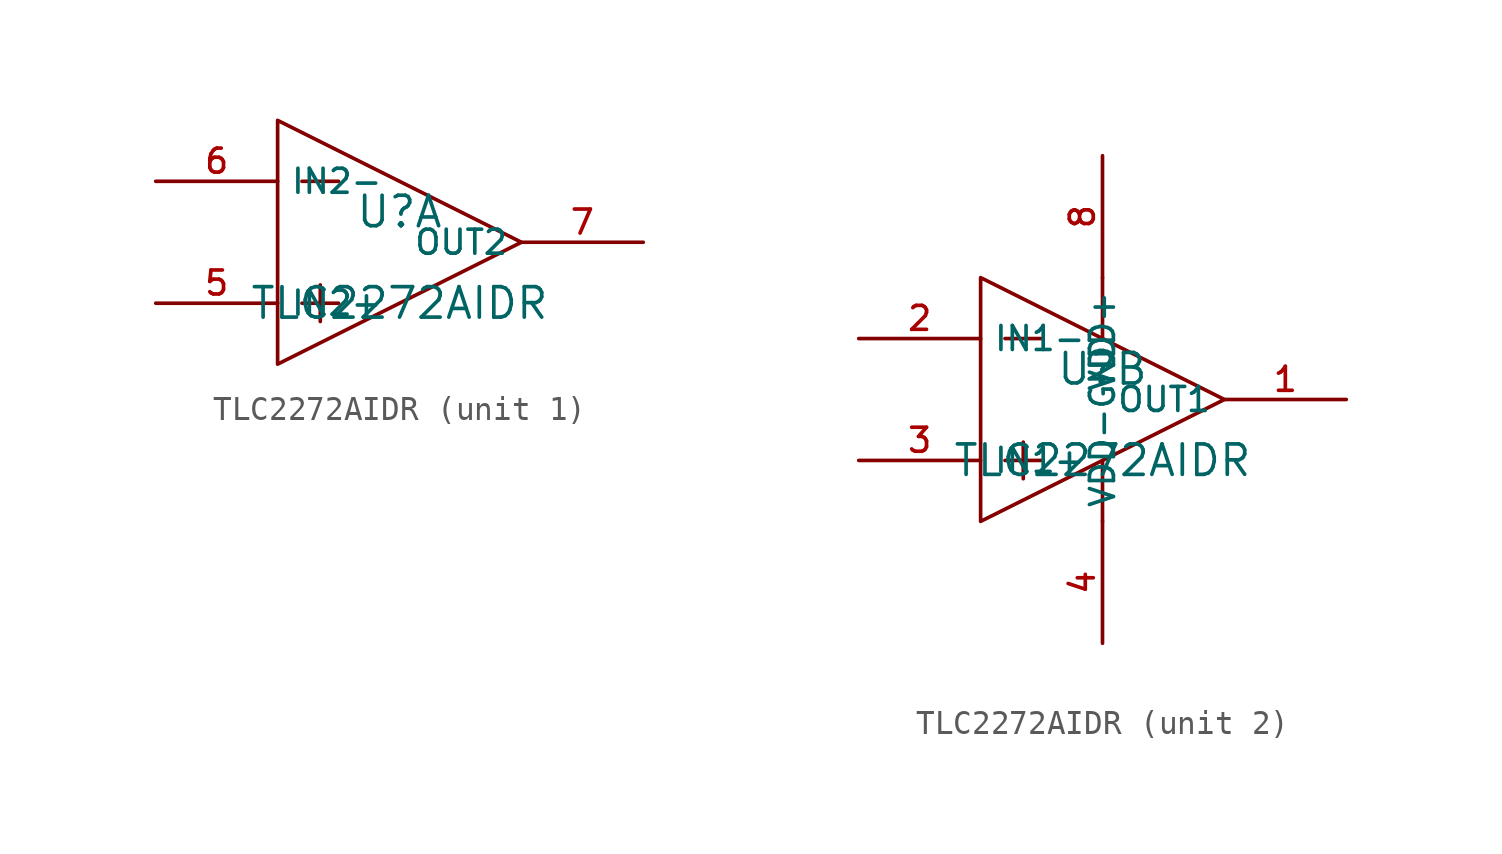
<source format=kicad_sym>
(kicad_symbol_lib
  (version 20210201)
  (generator TousstNicolas/JLC2KiCad_lib)
  (symbol "TLC2272AIDR"
    (property "Reference" "U"
      (at 0 1.27 0)
      (effects (font (size 1.27 1.27))))
    (property "Value" "TLC2272AIDR"
      (at 0 -2.54 0)
      (effects (font (size 1.27 1.27))))
    (symbol "TLC2272AIDR_1_1"
      (polyline (pts (xy -5.08 -5.08) (xy 5.08 -0.0) (xy -5.08 5.08) (xy -5.08 -5.08)) (stroke (width 0) (type default) (color 0 0 0 0)) (fill (type none)))
      (polyline (pts (xy -4.064 2.54) (xy -2.54 2.54)) (stroke (width 0) (type default) (color 0 0 0 0)) (fill (type none)))
      (polyline (pts (xy -4.064 -2.54) (xy -2.54 -2.54)) (stroke (width 0) (type default) (color 0 0 0 0)) (fill (type none)))
      (polyline (pts (xy -3.302 -1.778) (xy -3.302 -3.302)) (stroke (width 0) (type default) (color 0 0 0 0)) (fill (type none)))
      (pin output line (at 10.16 -0.0 180) (length 5.08) (name "OUT2" (effects (font (size 1 1)))) (number "7" (effects (font (size 1 1)))))
      (pin unspecified line (at -10.16 -2.54 0) (length 5.08) (name "IN2+" (effects (font (size 1 1)))) (number "5" (effects (font (size 1 1)))))
      (pin unspecified line (at -10.16 2.54 0) (length 5.08) (name "IN2-" (effects (font (size 1 1)))) (number "6" (effects (font (size 1 1))))))
    (symbol "TLC2272AIDR_2_1"
      (polyline (pts (xy -5.08 -5.08) (xy 5.08 -0.0) (xy -5.08 5.08) (xy -5.08 -5.08)) (stroke (width 0) (type default) (color 0 0 0 0)) (fill (type none)))
      (polyline (pts (xy -4.064 2.54) (xy -2.54 2.54)) (stroke (width 0) (type default) (color 0 0 0 0)) (fill (type none)))
      (polyline (pts (xy -4.064 -2.54) (xy -2.54 -2.54)) (stroke (width 0) (type default) (color 0 0 0 0)) (fill (type none)))
      (polyline (pts (xy -3.302 -1.778) (xy -3.302 -3.302)) (stroke (width 0) (type default) (color 0 0 0 0)) (fill (type none)))
      (polyline (pts (xy 0.0 -2.54) (xy 0.0 -5.08)) (stroke (width 0) (type default) (color 0 0 0 0)) (fill (type none)))
      (polyline (pts (xy 0.0 5.08) (xy 0.0 2.54)) (stroke (width 0) (type default) (color 0 0 0 0)) (fill (type none)))
      (pin output line (at 10.16 -0.0 180) (length 5.08) (name "OUT1" (effects (font (size 1 1)))) (number "1" (effects (font (size 1 1)))))
      (pin unspecified line (at -10.16 -2.54 0) (length 5.08) (name "IN1+" (effects (font (size 1 1)))) (number "3" (effects (font (size 1 1)))))
      (pin unspecified line (at -10.16 2.54 0) (length 5.08) (name "IN1-" (effects (font (size 1 1)))) (number "2" (effects (font (size 1 1)))))
      (pin power_in line (at 0.0 -10.16 90) (length 5.08) (name "VDD-GND" (effects (font (size 1 1)))) (number "4" (effects (font (size 1 1)))))
      (pin power_in line (at 0.0 10.16 270) (length 5.08) (name "VDD+" (effects (font (size 1 1)))) (number "8" (effects (font (size 1 1))))))))
</source>
